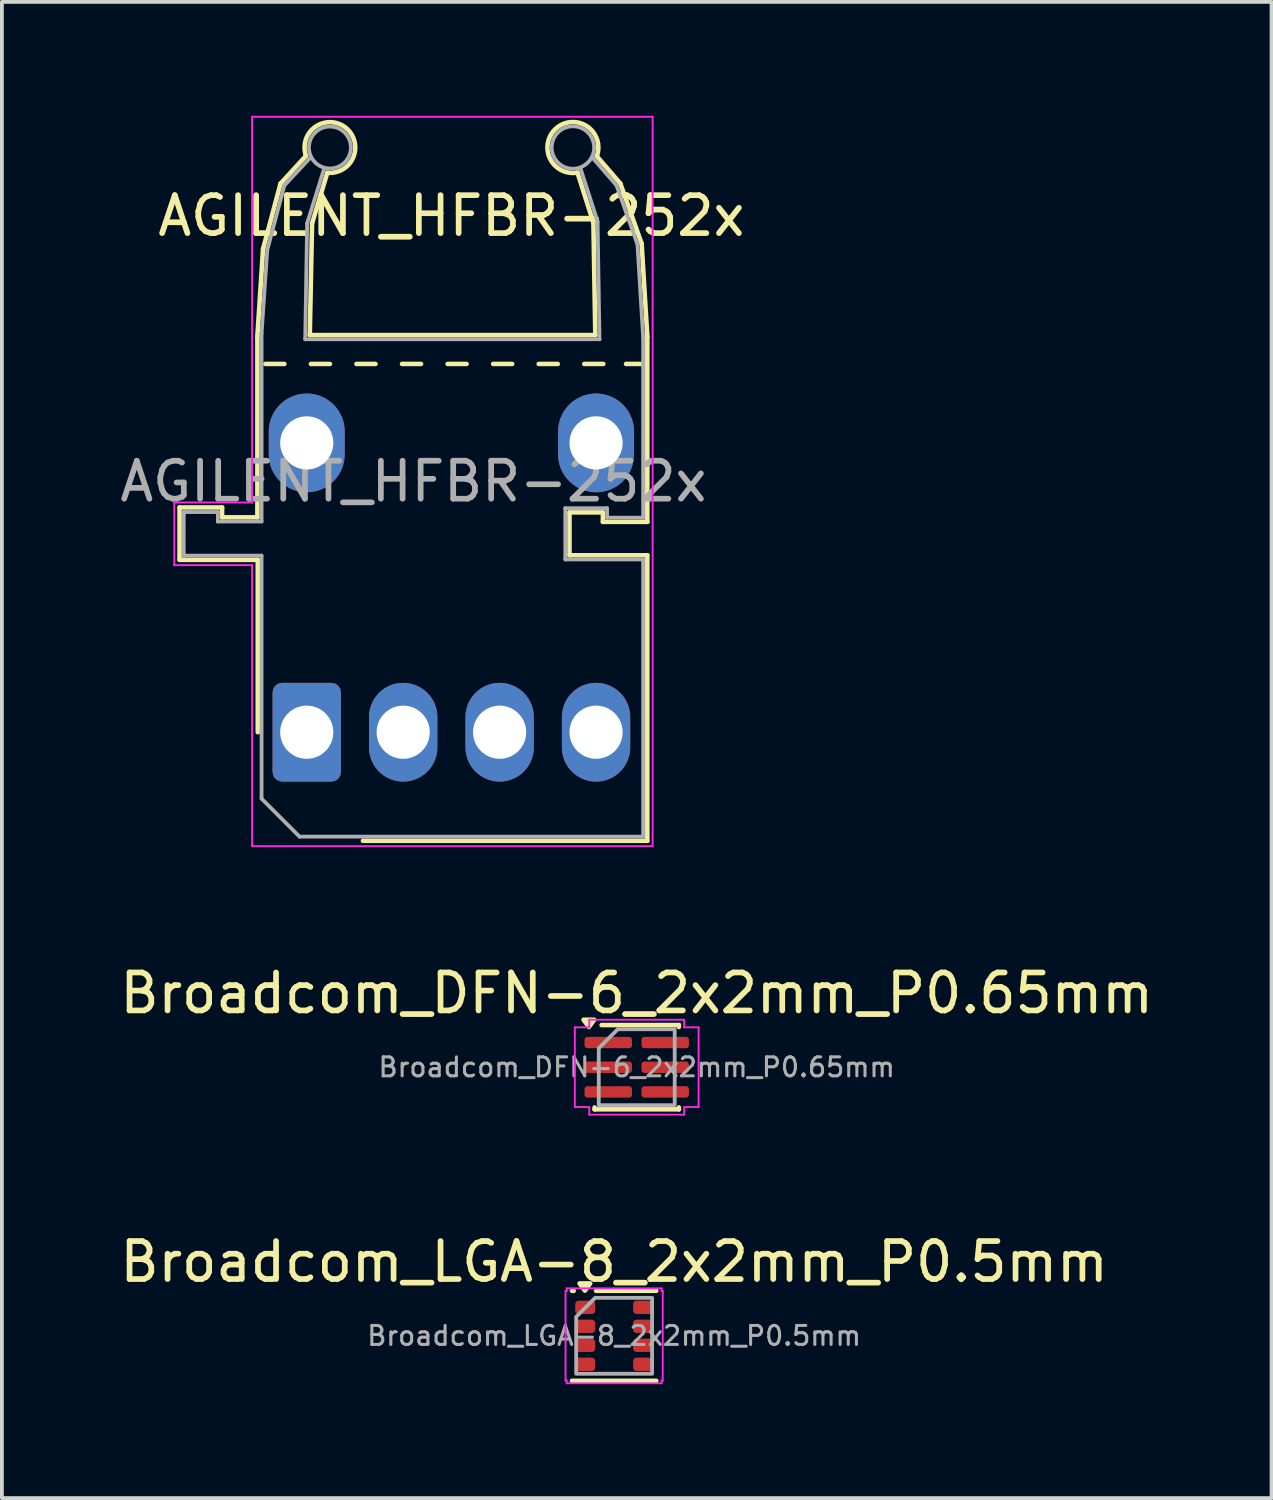
<source format=kicad_pcb>
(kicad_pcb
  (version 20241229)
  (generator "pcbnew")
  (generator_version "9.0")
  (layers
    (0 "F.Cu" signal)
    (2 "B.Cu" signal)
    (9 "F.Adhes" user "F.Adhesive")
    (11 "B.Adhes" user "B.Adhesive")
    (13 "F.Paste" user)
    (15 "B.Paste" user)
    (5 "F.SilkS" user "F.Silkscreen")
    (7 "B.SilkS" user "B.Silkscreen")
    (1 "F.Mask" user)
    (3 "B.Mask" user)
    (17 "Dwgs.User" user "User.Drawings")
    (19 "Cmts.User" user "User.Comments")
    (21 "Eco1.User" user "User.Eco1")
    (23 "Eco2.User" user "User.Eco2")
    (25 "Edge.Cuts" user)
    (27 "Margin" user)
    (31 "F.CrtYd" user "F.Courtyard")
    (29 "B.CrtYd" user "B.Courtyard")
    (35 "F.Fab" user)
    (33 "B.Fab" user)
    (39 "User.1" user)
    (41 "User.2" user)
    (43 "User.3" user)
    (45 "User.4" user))
  (footprint "Broadcom_LGA-8_2x2mm_P0.5mm"
    (layer "F.Cu")
    (at 13.125 32.132)
    (property "Reference" "Broadcom_LGA-8_2x2mm_P0.5mm" (at 0 -1.95 0) (layer "F.SilkS") (effects (font (size 1 1) (thickness 0.15))))
    (attr smd)
    (fp_line (start -1.11 -1.185) (end -1.064 -1.185) (stroke (width 0.12) (type solid)) (layer "F.SilkS"))
    (fp_line (start -0.476 -1.185) (end 1.11 -1.185) (stroke (width 0.12) (type solid)) (layer "F.SilkS"))
    (fp_line (start 1.11 1.185) (end -1.11 1.185) (stroke (width 0.12) (type solid)) (layer "F.SilkS"))
    (fp_poly (pts (xy -0.77 -1.19) (xy -0.91 -1.38) (xy -0.63 -1.38)) (stroke (width 0.12) (type solid)) (fill yes) (layer "F.SilkS"))
    (fp_line (start -1.28 -1.18) (end -1.25 -1.18) (stroke (width 0.05) (type solid)) (layer "F.CrtYd"))
    (fp_line (start -1.28 1.18) (end -1.28 -1.18) (stroke (width 0.05) (type solid)) (layer "F.CrtYd"))
    (fp_line (start -1.25 -1.25) (end 1.25 -1.25) (stroke (width 0.05) (type solid)) (layer "F.CrtYd"))
    (fp_line (start -1.25 -1.18) (end -1.25 -1.25) (stroke (width 0.05) (type solid)) (layer "F.CrtYd"))
    (fp_line (start -1.25 1.18) (end -1.28 1.18) (stroke (width 0.05) (type solid)) (layer "F.CrtYd"))
    (fp_line (start -1.25 1.25) (end -1.25 1.18) (stroke (width 0.05) (type solid)) (layer "F.CrtYd"))
    (fp_line (start 1.25 -1.25) (end 1.25 -1.18) (stroke (width 0.05) (type solid)) (layer "F.CrtYd"))
    (fp_line (start 1.25 -1.18) (end 1.28 -1.18) (stroke (width 0.05) (type solid)) (layer "F.CrtYd"))
    (fp_line (start 1.25 1.18) (end 1.25 1.25) (stroke (width 0.05) (type solid)) (layer "F.CrtYd"))
    (fp_line (start 1.25 1.25) (end -1.25 1.25) (stroke (width 0.05) (type solid)) (layer "F.CrtYd"))
    (fp_line (start 1.28 -1.18) (end 1.28 1.18) (stroke (width 0.05) (type solid)) (layer "F.CrtYd"))
    (fp_line (start 1.28 1.18) (end 1.25 1.18) (stroke (width 0.05) (type solid)) (layer "F.CrtYd"))
    (fp_poly (pts (xy -1 -0.5) (xy -1 1) (xy 1 1) (xy 1 -1) (xy -0.5 -1)) (stroke (width 0.1) (type solid)) (fill no) (layer "F.Fab"))
    (fp_text user "${REFERENCE}" (at 0 0 0) (layer "F.Fab") (effects (font (size 0.5 0.5) (thickness 0.08))))
    (pad "1" smd roundrect (at -0.762 -0.75) (size 0.525 0.35) (layers "F.Cu" "F.Mask" "F.Paste") (roundrect_rratio 0.25))
    (pad "2" smd roundrect (at -0.762 -0.25) (size 0.525 0.35) (layers "F.Cu" "F.Mask" "F.Paste") (roundrect_rratio 0.25))
    (pad "3" smd roundrect (at -0.762 0.25) (size 0.525 0.35) (layers "F.Cu" "F.Mask" "F.Paste") (roundrect_rratio 0.25))
    (pad "4" smd roundrect (at -0.762 0.75) (size 0.525 0.35) (layers "F.Cu" "F.Mask" "F.Paste") (roundrect_rratio 0.25))
    (pad "5" smd roundrect (at 0.762 0.75) (size 0.525 0.35) (layers "F.Cu" "F.Mask" "F.Paste") (roundrect_rratio 0.25))
    (pad "6" smd roundrect (at 0.762 0.25) (size 0.525 0.35) (layers "F.Cu" "F.Mask" "F.Paste") (roundrect_rratio 0.25))
    (pad "7" smd roundrect (at 0.762 -0.25) (size 0.525 0.35) (layers "F.Cu" "F.Mask" "F.Paste") (roundrect_rratio 0.25))
    (pad "8" smd roundrect (at 0.762 -0.75) (size 0.525 0.35) (layers "F.Cu" "F.Mask" "F.Paste") (roundrect_rratio 0.25)))
  (footprint "AGILENT_HFBR-252x"
    (layer "F.Cu")
    (at 5.029 16.235)
    (property "Reference" "AGILENT_HFBR-252x" (at 3.81 -13.6 0) (layer "F.SilkS") (effects (font (size 1 1) (thickness 0.15))))
    (attr through_hole)
    (fp_line (start -3.35 -5.92) (end -2.23 -5.92) (stroke (width 0.12) (type solid)) (layer "F.SilkS"))
    (fp_line (start -3.35 -4.54) (end -3.35 -5.92) (stroke (width 0.12) (type solid)) (layer "F.SilkS"))
    (fp_line (start -2.23 -5.66) (end -2.23 -5.92) (stroke (width 0.12) (type solid)) (layer "F.SilkS"))
    (fp_line (start -2.23 -5.66) (end -1.3 -5.66) (stroke (width 0.12) (type solid)) (layer "F.SilkS"))
    (fp_line (start -1.3 -10.43) (end -1.15 -12.74) (stroke (width 0.12) (type solid)) (layer "F.SilkS"))
    (fp_line (start -1.3 -5.66) (end -1.3 -10.43) (stroke (width 0.12) (type solid)) (layer "F.SilkS"))
    (fp_line (start -1.29 -4.54) (end -3.35 -4.54) (stroke (width 0.12) (type solid)) (layer "F.SilkS"))
    (fp_line (start -1.29 -4.54) (end -1.29 0.000043) (stroke (width 0.12) (type solid)) (layer "F.SilkS"))
    (fp_line (start -1.15 -12.73) (end -0.69 -14.45) (stroke (width 0.12) (type solid)) (layer "F.SilkS"))
    (fp_line (start -0.69 -14.45) (end -0.02 -15.18) (stroke (width 0.12) (type solid)) (layer "F.SilkS"))
    (fp_line (start -0.59 -9.7) (end -1.09 -9.7) (stroke (width 0.12) (type solid)) (layer "F.SilkS"))
    (fp_line (start 0.08 -10.46) (end 0.14 -13.4) (stroke (width 0.12) (type solid)) (layer "F.SilkS"))
    (fp_line (start 0.14 -13.4) (end 0.54 -14.73) (stroke (width 0.12) (type solid)) (layer "F.SilkS"))
    (fp_line (start 0.61 -9.7) (end 0.11 -9.7) (stroke (width 0.12) (type solid)) (layer "F.SilkS"))
    (fp_line (start 1.48 2.86) (end 8.97 2.86) (stroke (width 0.12) (type solid)) (layer "F.SilkS"))
    (fp_line (start 1.81 -9.7) (end 1.31 -9.7) (stroke (width 0.12) (type solid)) (layer "F.SilkS"))
    (fp_line (start 3.01 -9.7) (end 2.51 -9.7) (stroke (width 0.12) (type solid)) (layer "F.SilkS"))
    (fp_line (start 4.21 -9.7) (end 3.71 -9.7) (stroke (width 0.12) (type solid)) (layer "F.SilkS"))
    (fp_line (start 5.41 -9.7) (end 4.91 -9.7) (stroke (width 0.12) (type solid)) (layer "F.SilkS"))
    (fp_line (start 6.61 -9.7) (end 6.11 -9.7) (stroke (width 0.12) (type solid)) (layer "F.SilkS"))
    (fp_line (start 6.92 -5.79) (end 7.8 -5.79) (stroke (width 0.12) (type solid)) (layer "F.SilkS"))
    (fp_line (start 6.92 -4.66) (end 6.92 -5.79) (stroke (width 0.12) (type solid)) (layer "F.SilkS"))
    (fp_line (start 7.55 -13.42) (end 7.13 -14.74) (stroke (width 0.12) (type solid)) (layer "F.SilkS"))
    (fp_line (start 7.6 -10.46) (end 0.08 -10.46) (stroke (width 0.12) (type solid)) (layer "F.SilkS"))
    (fp_line (start 7.6 -10.46) (end 7.55 -13.42) (stroke (width 0.12) (type solid)) (layer "F.SilkS"))
    (fp_line (start 7.8 -5.54) (end 7.8 -5.79) (stroke (width 0.12) (type solid)) (layer "F.SilkS"))
    (fp_line (start 7.8 -5.54) (end 8.97 -5.54) (stroke (width 0.12) (type solid)) (layer "F.SilkS"))
    (fp_line (start 7.81 -9.7) (end 7.31 -9.7) (stroke (width 0.12) (type solid)) (layer "F.SilkS"))
    (fp_line (start 8.26 -14.45) (end 7.64 -15.17) (stroke (width 0.12) (type solid)) (layer "F.SilkS"))
    (fp_line (start 8.82 -12.87) (end 8.26 -14.45) (stroke (width 0.12) (type solid)) (layer "F.SilkS"))
    (fp_line (start 8.91 -9.7) (end 8.41 -9.7) (stroke (width 0.12) (type solid)) (layer "F.SilkS"))
    (fp_line (start 8.97 -10.42) (end 8.82 -12.87) (stroke (width 0.12) (type solid)) (layer "F.SilkS"))
    (fp_line (start 8.97 -5.54) (end 8.97 -10.42) (stroke (width 0.12) (type solid)) (layer "F.SilkS"))
    (fp_line (start 8.97 -4.66) (end 6.92 -4.66) (stroke (width 0.12) (type solid)) (layer "F.SilkS"))
    (fp_line (start 8.97 2.86) (end 8.97 -4.66) (stroke (width 0.12) (type solid)) (layer "F.SilkS"))
    (fp_arc (start -0.02 -15.18) (mid 1.024518 -15.922948) (end 0.53962 -14.736414) (stroke (width 0.12) (type solid)) (layer "F.SilkS"))
    (fp_arc (start 7.129973 -14.740147) (mid 6.577787 -15.912827) (end 7.64 -15.17) (stroke (width 0.12) (type solid)) (layer "F.SilkS"))
    (fp_line (start -3.49 -6.05) (end -3.49 -4.4) (stroke (width 0.05) (type solid)) (layer "F.CrtYd"))
    (fp_line (start -3.49 -4.4) (end -1.44 -4.4) (stroke (width 0.05) (type solid)) (layer "F.CrtYd"))
    (fp_line (start -1.44 -16.21) (end -1.44 -6.05) (stroke (width 0.05) (type solid)) (layer "F.CrtYd"))
    (fp_line (start -1.44 -16.21) (end 9.11 -16.21) (stroke (width 0.05) (type solid)) (layer "F.CrtYd"))
    (fp_line (start -1.44 -6.05) (end -3.49 -6.05) (stroke (width 0.05) (type solid)) (layer "F.CrtYd"))
    (fp_line (start -1.44 -4.4) (end -1.44 3) (stroke (width 0.05) (type solid)) (layer "F.CrtYd"))
    (fp_line (start 9.11 3) (end -1.44 3) (stroke (width 0.05) (type solid)) (layer "F.CrtYd"))
    (fp_line (start 9.11 3) (end 9.11 -16.21) (stroke (width 0.05) (type solid)) (layer "F.CrtYd"))
    (fp_line (start -3.24 -5.8) (end -3.24 -4.65) (stroke (width 0.1) (type solid)) (layer "F.Fab"))
    (fp_line (start -3.24 -4.65) (end -1.19 -4.65) (stroke (width 0.1) (type solid)) (layer "F.Fab"))
    (fp_line (start -2.34 -5.8) (end -3.24 -5.8) (stroke (width 0.1) (type solid)) (layer "F.Fab"))
    (fp_line (start -2.34 -5.55) (end -2.34 -5.8) (stroke (width 0.1) (type solid)) (layer "F.Fab"))
    (fp_line (start -1.19 -10.5) (end -1.19 -5.55) (stroke (width 0.1) (type solid)) (layer "F.Fab"))
    (fp_line (start -1.19 -5.55) (end -2.34 -5.55) (stroke (width 0.1) (type solid)) (layer "F.Fab"))
    (fp_line (start -1.19 -4.65) (end -1.19 1.75) (stroke (width 0.1) (type solid)) (layer "F.Fab"))
    (fp_line (start -1.04 -12.7) (end -1.19 -10.5) (stroke (width 0.1) (type solid)) (layer "F.Fab"))
    (fp_line (start -0.59 -14.4) (end -1.04 -12.7) (stroke (width 0.1) (type solid)) (layer "F.Fab"))
    (fp_line (start -0.19 2.75) (end -1.19 1.75) (stroke (width 0.1) (type solid)) (layer "F.Fab"))
    (fp_line (start -0.19 2.75) (end 8.86 2.75) (stroke (width 0.1) (type solid)) (layer "F.Fab"))
    (fp_line (start -0.04 -10.35) (end 0.01 -13.4) (stroke (width 0.1) (type solid)) (layer "F.Fab"))
    (fp_line (start 0.01 -13.4) (end 0.46 -14.85) (stroke (width 0.1) (type solid)) (layer "F.Fab"))
    (fp_line (start 0.11 -15.15) (end -0.59 -14.4) (stroke (width 0.1) (type solid)) (layer "F.Fab"))
    (fp_line (start 6.81 -5.9) (end 7.91 -5.9) (stroke (width 0.1) (type solid)) (layer "F.Fab"))
    (fp_line (start 6.81 -4.55) (end 6.81 -5.9) (stroke (width 0.1) (type solid)) (layer "F.Fab"))
    (fp_line (start 7.21 -14.85) (end 7.66 -13.45) (stroke (width 0.1) (type solid)) (layer "F.Fab"))
    (fp_line (start 7.66 -13.45) (end 7.71 -10.35) (stroke (width 0.1) (type solid)) (layer "F.Fab"))
    (fp_line (start 7.71 -10.35) (end -0.04 -10.35) (stroke (width 0.1) (type solid)) (layer "F.Fab"))
    (fp_line (start 7.91 -5.9) (end 7.91 -5.65) (stroke (width 0.1) (type solid)) (layer "F.Fab"))
    (fp_line (start 7.91 -5.65) (end 8.86 -5.65) (stroke (width 0.1) (type solid)) (layer "F.Fab"))
    (fp_line (start 8.16 -14.4) (end 7.51 -15.15) (stroke (width 0.1) (type solid)) (layer "F.Fab"))
    (fp_line (start 8.71 -12.85) (end 8.16 -14.4) (stroke (width 0.1) (type solid)) (layer "F.Fab"))
    (fp_line (start 8.86 -10.4) (end 8.71 -12.85) (stroke (width 0.1) (type solid)) (layer "F.Fab"))
    (fp_line (start 8.86 -5.65) (end 8.86 -10.4) (stroke (width 0.1) (type solid)) (layer "F.Fab"))
    (fp_line (start 8.86 -4.55) (end 6.81 -4.55) (stroke (width 0.1) (type solid)) (layer "F.Fab"))
    (fp_line (start 8.86 2.75) (end 8.86 -4.55) (stroke (width 0.1) (type solid)) (layer "F.Fab"))
    (fp_circle (center 0.61 -15.4) (end 0.66 -14.85) (stroke (width 0.1) (type solid)) (fill no) (layer "F.Fab"))
    (fp_circle (center 7.01 -15.4) (end 7.51 -15.15) (stroke (width 0.1) (type solid)) (fill no) (layer "F.Fab"))
    (fp_text user "${REFERENCE}" (at 2.81 -6.605 0) (layer "F.Fab") (effects (font (size 1 1) (thickness 0.15))))
    (pad "1" thru_hole roundrect (at 0 0) (size 1.8 2.6) (drill 1.4) (layers "*.Cu" "*.Mask") (roundrect_rratio 0.139))
    (pad "2" thru_hole oval (at 2.54 0) (size 1.8 2.6) (drill 1.4) (layers "*.Cu" "*.Mask"))
    (pad "3" thru_hole oval (at 5.08 0) (size 1.8 2.6) (drill 1.4) (layers "*.Cu" "*.Mask"))
    (pad "4" thru_hole oval (at 7.62 0) (size 1.8 2.6) (drill 1.4) (layers "*.Cu" "*.Mask"))
    (pad "5" thru_hole oval (at 7.62 -7.62) (size 2 2.6) (drill 1.4) (layers "*.Cu" "*.Mask"))
    (pad "6" thru_hole oval (at 0 -7.62) (size 2 2.6) (drill 1.4) (layers "*.Cu" "*.Mask")))
  (footprint "Broadcom_DFN-6_2x2mm_P0.65mm"
    (layer "F.Cu")
    (at 13.72 25.058)
    (property "Reference" "Broadcom_DFN-6_2x2mm_P0.65mm" (at 0 -1.95 0) (layer "F.SilkS") (effects (font (size 1 1) (thickness 0.15))))
    (attr smd)
    (fp_line (start -1.11 1.11) (end -1.11 1.06) (stroke (width 0.12) (type solid)) (layer "F.SilkS"))
    (fp_line (start -0.925 -1.11) (end 1.11 -1.11) (stroke (width 0.12) (type solid)) (layer "F.SilkS"))
    (fp_line (start 1.11 -1.11) (end 1.11 -1.06) (stroke (width 0.12) (type solid)) (layer "F.SilkS"))
    (fp_line (start 1.11 1.06) (end 1.11 1.11) (stroke (width 0.12) (type solid)) (layer "F.SilkS"))
    (fp_line (start 1.11 1.11) (end -1.11 1.11) (stroke (width 0.12) (type solid)) (layer "F.SilkS"))
    (fp_poly (pts (xy -1.26 -1.06) (xy -1.4 -1.25) (xy -1.12 -1.25)) (stroke (width 0.12) (type solid)) (fill yes) (layer "F.SilkS"))
    (fp_line (start -1.63 -1.05) (end -1.25 -1.05) (stroke (width 0.05) (type solid)) (layer "F.CrtYd"))
    (fp_line (start -1.63 1.05) (end -1.63 -1.05) (stroke (width 0.05) (type solid)) (layer "F.CrtYd"))
    (fp_line (start -1.25 -1.25) (end 1.25 -1.25) (stroke (width 0.05) (type solid)) (layer "F.CrtYd"))
    (fp_line (start -1.25 -1.05) (end -1.25 -1.25) (stroke (width 0.05) (type solid)) (layer "F.CrtYd"))
    (fp_line (start -1.25 1.05) (end -1.63 1.05) (stroke (width 0.05) (type solid)) (layer "F.CrtYd"))
    (fp_line (start -1.25 1.25) (end -1.25 1.05) (stroke (width 0.05) (type solid)) (layer "F.CrtYd"))
    (fp_line (start 1.25 -1.25) (end 1.25 -1.05) (stroke (width 0.05) (type solid)) (layer "F.CrtYd"))
    (fp_line (start 1.25 -1.05) (end 1.63 -1.05) (stroke (width 0.05) (type solid)) (layer "F.CrtYd"))
    (fp_line (start 1.25 1.05) (end 1.25 1.25) (stroke (width 0.05) (type solid)) (layer "F.CrtYd"))
    (fp_line (start 1.25 1.25) (end -1.25 1.25) (stroke (width 0.05) (type solid)) (layer "F.CrtYd"))
    (fp_line (start 1.63 -1.05) (end 1.63 1.05) (stroke (width 0.05) (type solid)) (layer "F.CrtYd"))
    (fp_line (start 1.63 1.05) (end 1.25 1.05) (stroke (width 0.05) (type solid)) (layer "F.CrtYd"))
    (fp_poly (pts (xy -1 -0.5) (xy -1 1) (xy 1 1) (xy 1 -1) (xy -0.5 -1)) (stroke (width 0.1) (type solid)) (fill no) (layer "F.Fab"))
    (fp_text user "${REFERENCE}" (at 0 0 0) (layer "F.Fab") (effects (font (size 0.5 0.5) (thickness 0.08))))
    (pad "1" smd roundrect (at -0.75 -0.65) (size 1.25 0.3) (layers "F.Cu" "F.Mask" "F.Paste") (roundrect_rratio 0.25))
    (pad "2" smd roundrect (at -0.75 0) (size 1.25 0.3) (layers "F.Cu" "F.Mask" "F.Paste") (roundrect_rratio 0.25))
    (pad "3" smd roundrect (at -0.75 0.65) (size 1.25 0.3) (layers "F.Cu" "F.Mask" "F.Paste") (roundrect_rratio 0.25))
    (pad "4" smd roundrect (at 0.75 0.65) (size 1.25 0.3) (layers "F.Cu" "F.Mask" "F.Paste") (roundrect_rratio 0.25))
    (pad "5" smd roundrect (at 0.75 0) (size 1.25 0.3) (layers "F.Cu" "F.Mask" "F.Paste") (roundrect_rratio 0.25))
    (pad "6" smd roundrect (at 0.75 -0.65) (size 1.25 0.3) (layers "F.Cu" "F.Mask" "F.Paste") (roundrect_rratio 0.25)))
  (gr_rect
    (start -3 -3)
    (end 30.44 36.407)
    (stroke (width 0.1) (type default))
    (fill no)
    (layer "Edge.Cuts")))
</source>
